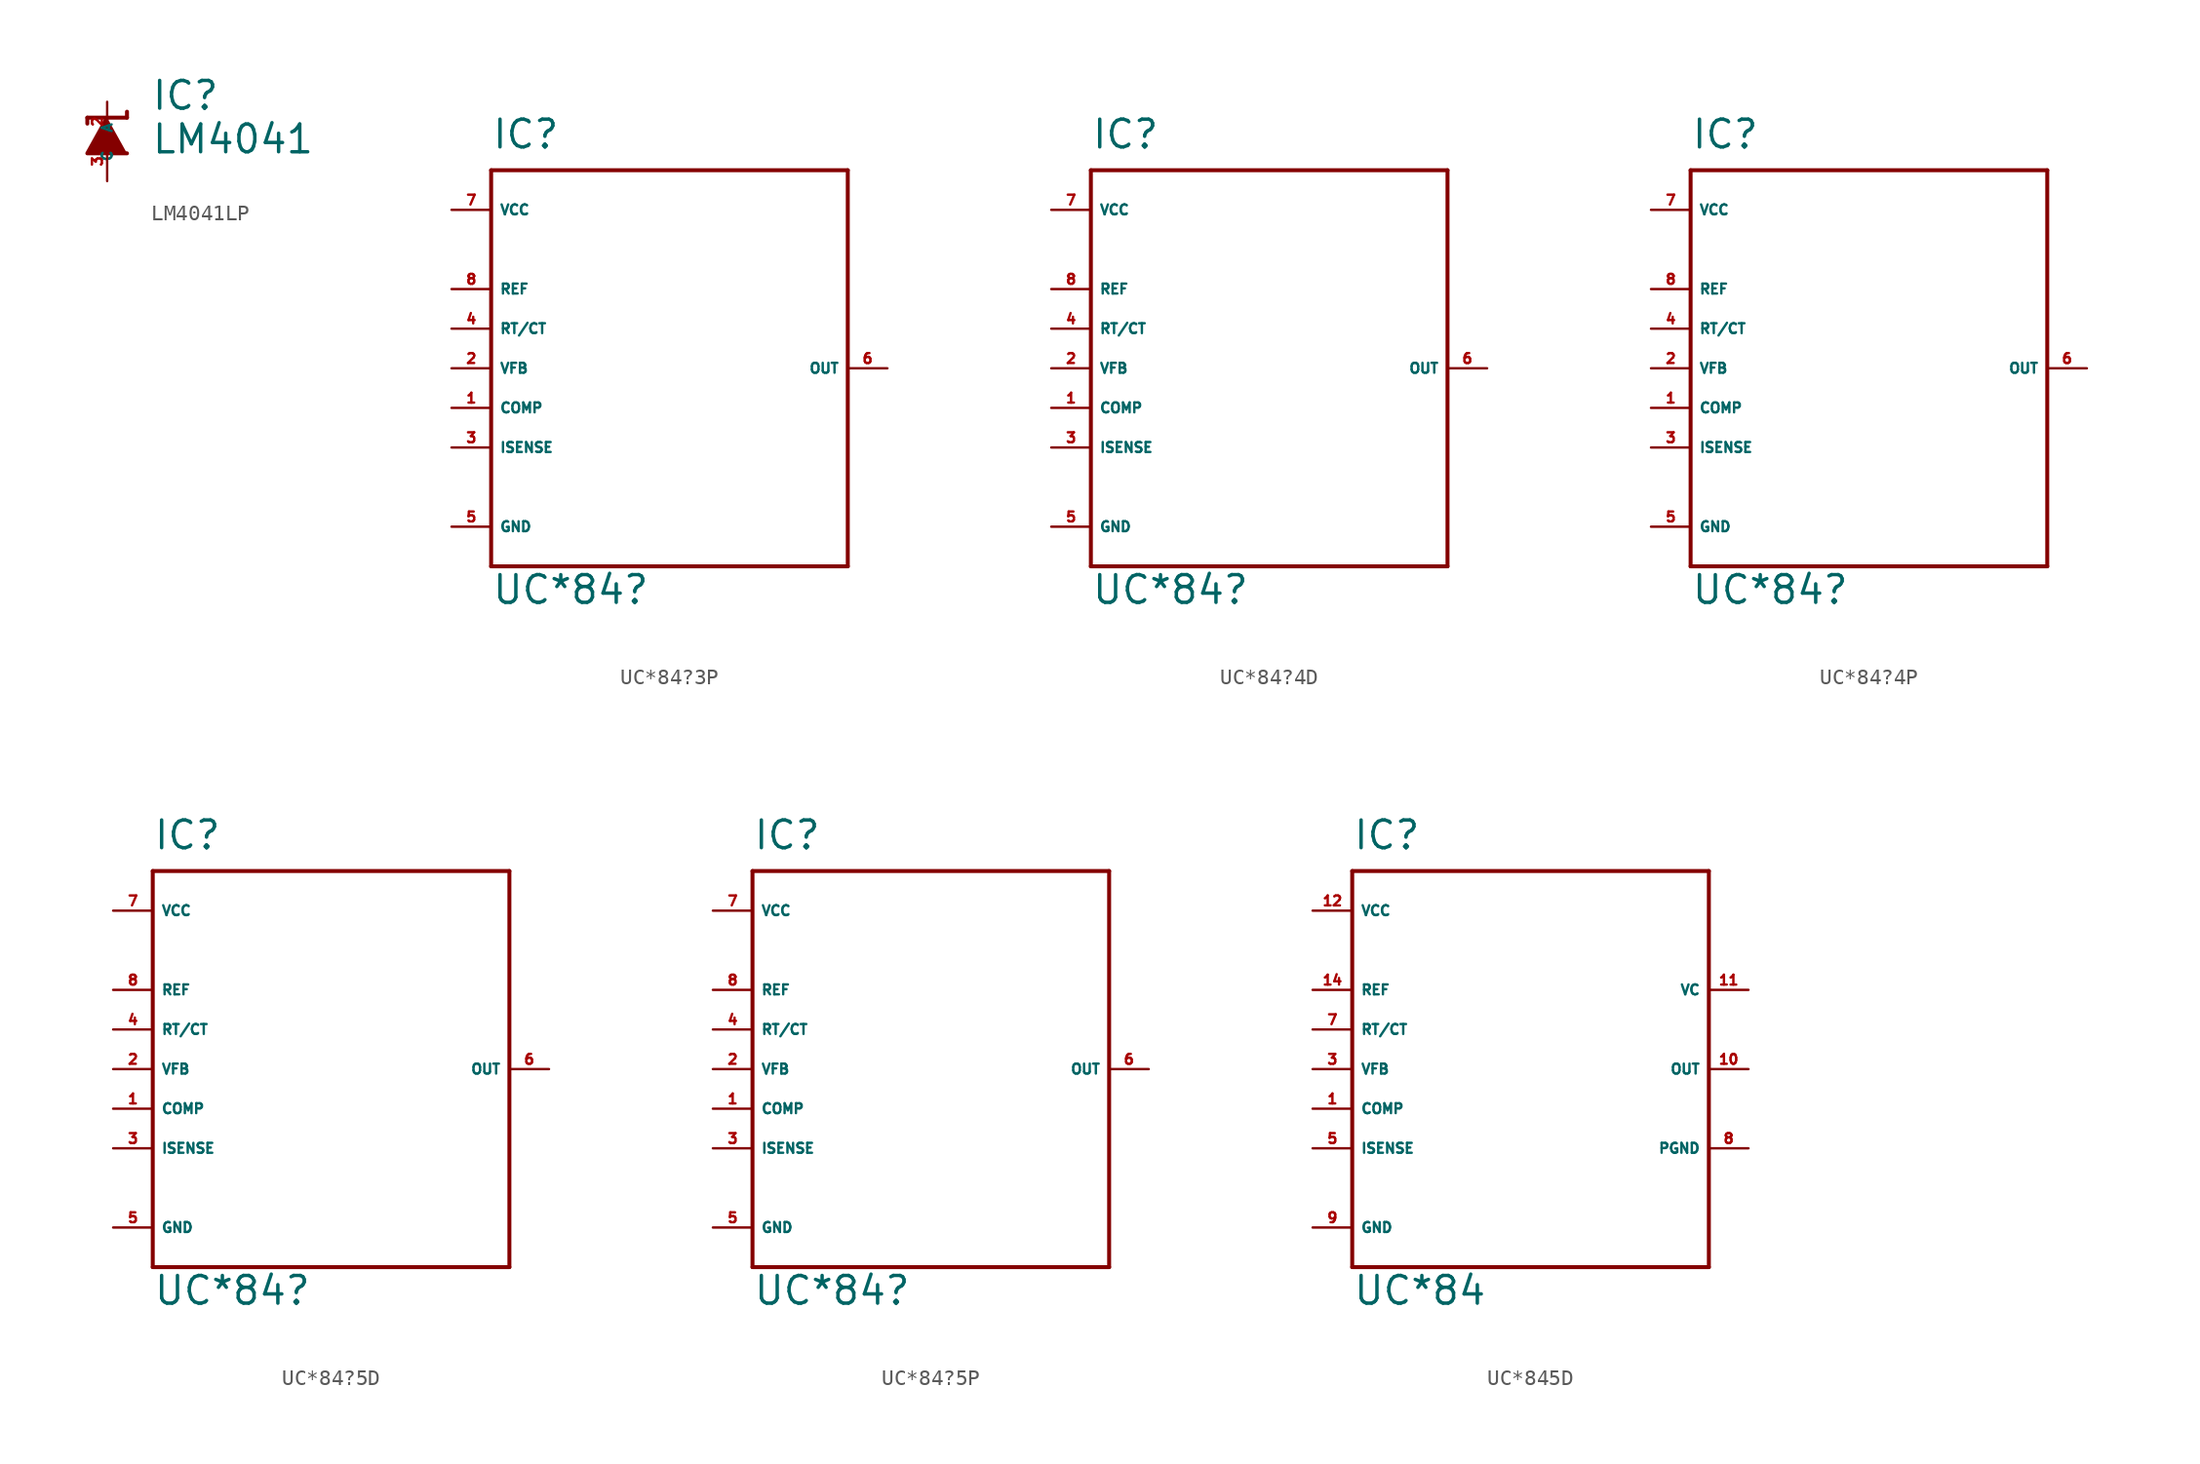
<source format=kicad_sym>
(kicad_symbol_lib
  (version 20220914)
  (generator Eagle2Kicad)
  (symbol "LM4041LP"
    (property "Reference" "IC"
      (at 2.794 1.905 0)
      (effects (font (size 1.778 1.778) (thickness 0.22)) (justify left bottom)))
    (property "Value" "LM4041"
      (at 2.794 -0.889 0)
      (effects (font (size 1.778 1.778) (thickness 0.22)) (justify left bottom)))
    (polyline
      (pts (xy 0 1.524) (xy -1.27 -0.762) (xy 1.27 -0.762))
      (stroke (width 0.254) (type default))
      (fill (type outline)))
    (polyline
      (pts (xy 1.27 1.905) (xy 1.27 1.524))
      (stroke (width 0.254) (type default))
      (fill (type none)))
    (polyline
      (pts (xy 1.27 1.524) (xy 0 1.524))
      (stroke (width 0.254) (type default))
      (fill (type none)))
    (polyline
      (pts (xy 0 1.524) (xy -1.27 1.524))
      (stroke (width 0.254) (type default))
      (fill (type none)))
    (polyline
      (pts (xy -1.27 1.524) (xy -1.27 1.143))
      (stroke (width 0.254) (type default))
      (fill (type none)))
    (pin passive line
      (at 0 -2.54 90)
      (length 2.54)
      (name "A" (effects (font (size 0.635 0.635) (thickness 0.08)) (justify left bottom)))
      (number "3" (effects (font (size 0.635 0.635) (thickness 0.08)) (justify left bottom))))
    (pin passive line
      (at 0 2.54 270)
      (length 2.54)
      (name "C" (effects (font (size 0.635 0.635) (thickness 0.08)) (justify left bottom)))
      (number "2" (effects (font (size 0.635 0.635) (thickness 0.08)) (justify left bottom)))))
  (symbol "UC*84?3P"
    (property "Reference" "IC"
      (at -10.16 13.97 0)
      (effects (font (size 1.778 1.778) (thickness 0.22)) (justify left bottom)))
    (property "Value" "UC*84?"
      (at -10.16 -15.24 0)
      (effects (font (size 1.778 1.778) (thickness 0.22)) (justify left bottom)))
    (polyline
      (pts (xy -10.16 12.7) (xy 12.7 12.7))
      (stroke (width 0.254) (type default))
      (fill (type none)))
    (polyline
      (pts (xy 12.7 12.7) (xy 12.7 -12.7))
      (stroke (width 0.254) (type default))
      (fill (type none)))
    (polyline
      (pts (xy 12.7 -12.7) (xy -10.16 -12.7))
      (stroke (width 0.254) (type default))
      (fill (type none)))
    (polyline
      (pts (xy -10.16 -12.7) (xy -10.16 12.7))
      (stroke (width 0.254) (type default))
      (fill (type none)))
    (pin input line
      (at -12.7 2.54 0)
      (length 2.54)
      (name "RT/CT" (effects (font (size 0.635 0.635) (thickness 0.08)) (justify left bottom)))
      (number "4" (effects (font (size 0.635 0.635) (thickness 0.08)) (justify left bottom))))
    (pin input line
      (at -12.7 0 0)
      (length 2.54)
      (name "VFB" (effects (font (size 0.635 0.635) (thickness 0.08)) (justify left bottom)))
      (number "2" (effects (font (size 0.635 0.635) (thickness 0.08)) (justify left bottom))))
    (pin passive line
      (at -12.7 -2.54 0)
      (length 2.54)
      (name "COMP" (effects (font (size 0.635 0.635) (thickness 0.08)) (justify left bottom)))
      (number "1" (effects (font (size 0.635 0.635) (thickness 0.08)) (justify left bottom))))
    (pin input line
      (at -12.7 -5.08 0)
      (length 2.54)
      (name "ISENSE" (effects (font (size 0.635 0.635) (thickness 0.08)) (justify left bottom)))
      (number "3" (effects (font (size 0.635 0.635) (thickness 0.08)) (justify left bottom))))
    (pin output line
      (at -12.7 5.08 0)
      (length 2.54)
      (name "REF" (effects (font (size 0.635 0.635) (thickness 0.08)) (justify left bottom)))
      (number "8" (effects (font (size 0.635 0.635) (thickness 0.08)) (justify left bottom))))
    (pin output line
      (at 15.24 0 180)
      (length 2.54)
      (name "OUT" (effects (font (size 0.635 0.635) (thickness 0.08)) (justify left bottom)))
      (number "6" (effects (font (size 0.635 0.635) (thickness 0.08)) (justify left bottom))))
    (pin unspecified line
      (at -12.7 -10.16 0)
      (length 2.54)
      (name "GND" (effects (font (size 0.635 0.635) (thickness 0.08)) (justify left bottom)))
      (number "5" (effects (font (size 0.635 0.635) (thickness 0.08)) (justify left bottom))))
    (pin unspecified line
      (at -12.7 10.16 0)
      (length 2.54)
      (name "VCC" (effects (font (size 0.635 0.635) (thickness 0.08)) (justify left bottom)))
      (number "7" (effects (font (size 0.635 0.635) (thickness 0.08)) (justify left bottom)))))
  (symbol "UC*84?4D"
    (property "Reference" "IC"
      (at -10.16 13.97 0)
      (effects (font (size 1.778 1.778) (thickness 0.22)) (justify left bottom)))
    (property "Value" "UC*84?"
      (at -10.16 -15.24 0)
      (effects (font (size 1.778 1.778) (thickness 0.22)) (justify left bottom)))
    (polyline
      (pts (xy -10.16 12.7) (xy 12.7 12.7))
      (stroke (width 0.254) (type default))
      (fill (type none)))
    (polyline
      (pts (xy 12.7 12.7) (xy 12.7 -12.7))
      (stroke (width 0.254) (type default))
      (fill (type none)))
    (polyline
      (pts (xy 12.7 -12.7) (xy -10.16 -12.7))
      (stroke (width 0.254) (type default))
      (fill (type none)))
    (polyline
      (pts (xy -10.16 -12.7) (xy -10.16 12.7))
      (stroke (width 0.254) (type default))
      (fill (type none)))
    (pin input line
      (at -12.7 2.54 0)
      (length 2.54)
      (name "RT/CT" (effects (font (size 0.635 0.635) (thickness 0.08)) (justify left bottom)))
      (number "4" (effects (font (size 0.635 0.635) (thickness 0.08)) (justify left bottom))))
    (pin input line
      (at -12.7 0 0)
      (length 2.54)
      (name "VFB" (effects (font (size 0.635 0.635) (thickness 0.08)) (justify left bottom)))
      (number "2" (effects (font (size 0.635 0.635) (thickness 0.08)) (justify left bottom))))
    (pin passive line
      (at -12.7 -2.54 0)
      (length 2.54)
      (name "COMP" (effects (font (size 0.635 0.635) (thickness 0.08)) (justify left bottom)))
      (number "1" (effects (font (size 0.635 0.635) (thickness 0.08)) (justify left bottom))))
    (pin input line
      (at -12.7 -5.08 0)
      (length 2.54)
      (name "ISENSE" (effects (font (size 0.635 0.635) (thickness 0.08)) (justify left bottom)))
      (number "3" (effects (font (size 0.635 0.635) (thickness 0.08)) (justify left bottom))))
    (pin output line
      (at -12.7 5.08 0)
      (length 2.54)
      (name "REF" (effects (font (size 0.635 0.635) (thickness 0.08)) (justify left bottom)))
      (number "8" (effects (font (size 0.635 0.635) (thickness 0.08)) (justify left bottom))))
    (pin output line
      (at 15.24 0 180)
      (length 2.54)
      (name "OUT" (effects (font (size 0.635 0.635) (thickness 0.08)) (justify left bottom)))
      (number "6" (effects (font (size 0.635 0.635) (thickness 0.08)) (justify left bottom))))
    (pin unspecified line
      (at -12.7 -10.16 0)
      (length 2.54)
      (name "GND" (effects (font (size 0.635 0.635) (thickness 0.08)) (justify left bottom)))
      (number "5" (effects (font (size 0.635 0.635) (thickness 0.08)) (justify left bottom))))
    (pin unspecified line
      (at -12.7 10.16 0)
      (length 2.54)
      (name "VCC" (effects (font (size 0.635 0.635) (thickness 0.08)) (justify left bottom)))
      (number "7" (effects (font (size 0.635 0.635) (thickness 0.08)) (justify left bottom)))))
  (symbol "UC*84?4P"
    (property "Reference" "IC"
      (at -10.16 13.97 0)
      (effects (font (size 1.778 1.778) (thickness 0.22)) (justify left bottom)))
    (property "Value" "UC*84?"
      (at -10.16 -15.24 0)
      (effects (font (size 1.778 1.778) (thickness 0.22)) (justify left bottom)))
    (polyline
      (pts (xy -10.16 12.7) (xy 12.7 12.7))
      (stroke (width 0.254) (type default))
      (fill (type none)))
    (polyline
      (pts (xy 12.7 12.7) (xy 12.7 -12.7))
      (stroke (width 0.254) (type default))
      (fill (type none)))
    (polyline
      (pts (xy 12.7 -12.7) (xy -10.16 -12.7))
      (stroke (width 0.254) (type default))
      (fill (type none)))
    (polyline
      (pts (xy -10.16 -12.7) (xy -10.16 12.7))
      (stroke (width 0.254) (type default))
      (fill (type none)))
    (pin input line
      (at -12.7 2.54 0)
      (length 2.54)
      (name "RT/CT" (effects (font (size 0.635 0.635) (thickness 0.08)) (justify left bottom)))
      (number "4" (effects (font (size 0.635 0.635) (thickness 0.08)) (justify left bottom))))
    (pin input line
      (at -12.7 0 0)
      (length 2.54)
      (name "VFB" (effects (font (size 0.635 0.635) (thickness 0.08)) (justify left bottom)))
      (number "2" (effects (font (size 0.635 0.635) (thickness 0.08)) (justify left bottom))))
    (pin passive line
      (at -12.7 -2.54 0)
      (length 2.54)
      (name "COMP" (effects (font (size 0.635 0.635) (thickness 0.08)) (justify left bottom)))
      (number "1" (effects (font (size 0.635 0.635) (thickness 0.08)) (justify left bottom))))
    (pin input line
      (at -12.7 -5.08 0)
      (length 2.54)
      (name "ISENSE" (effects (font (size 0.635 0.635) (thickness 0.08)) (justify left bottom)))
      (number "3" (effects (font (size 0.635 0.635) (thickness 0.08)) (justify left bottom))))
    (pin output line
      (at -12.7 5.08 0)
      (length 2.54)
      (name "REF" (effects (font (size 0.635 0.635) (thickness 0.08)) (justify left bottom)))
      (number "8" (effects (font (size 0.635 0.635) (thickness 0.08)) (justify left bottom))))
    (pin output line
      (at 15.24 0 180)
      (length 2.54)
      (name "OUT" (effects (font (size 0.635 0.635) (thickness 0.08)) (justify left bottom)))
      (number "6" (effects (font (size 0.635 0.635) (thickness 0.08)) (justify left bottom))))
    (pin unspecified line
      (at -12.7 -10.16 0)
      (length 2.54)
      (name "GND" (effects (font (size 0.635 0.635) (thickness 0.08)) (justify left bottom)))
      (number "5" (effects (font (size 0.635 0.635) (thickness 0.08)) (justify left bottom))))
    (pin unspecified line
      (at -12.7 10.16 0)
      (length 2.54)
      (name "VCC" (effects (font (size 0.635 0.635) (thickness 0.08)) (justify left bottom)))
      (number "7" (effects (font (size 0.635 0.635) (thickness 0.08)) (justify left bottom)))))
  (symbol "UC*84?5D"
    (property "Reference" "IC"
      (at -10.16 13.97 0)
      (effects (font (size 1.778 1.778) (thickness 0.22)) (justify left bottom)))
    (property "Value" "UC*84?"
      (at -10.16 -15.24 0)
      (effects (font (size 1.778 1.778) (thickness 0.22)) (justify left bottom)))
    (polyline
      (pts (xy -10.16 12.7) (xy 12.7 12.7))
      (stroke (width 0.254) (type default))
      (fill (type none)))
    (polyline
      (pts (xy 12.7 12.7) (xy 12.7 -12.7))
      (stroke (width 0.254) (type default))
      (fill (type none)))
    (polyline
      (pts (xy 12.7 -12.7) (xy -10.16 -12.7))
      (stroke (width 0.254) (type default))
      (fill (type none)))
    (polyline
      (pts (xy -10.16 -12.7) (xy -10.16 12.7))
      (stroke (width 0.254) (type default))
      (fill (type none)))
    (pin input line
      (at -12.7 2.54 0)
      (length 2.54)
      (name "RT/CT" (effects (font (size 0.635 0.635) (thickness 0.08)) (justify left bottom)))
      (number "4" (effects (font (size 0.635 0.635) (thickness 0.08)) (justify left bottom))))
    (pin input line
      (at -12.7 0 0)
      (length 2.54)
      (name "VFB" (effects (font (size 0.635 0.635) (thickness 0.08)) (justify left bottom)))
      (number "2" (effects (font (size 0.635 0.635) (thickness 0.08)) (justify left bottom))))
    (pin passive line
      (at -12.7 -2.54 0)
      (length 2.54)
      (name "COMP" (effects (font (size 0.635 0.635) (thickness 0.08)) (justify left bottom)))
      (number "1" (effects (font (size 0.635 0.635) (thickness 0.08)) (justify left bottom))))
    (pin input line
      (at -12.7 -5.08 0)
      (length 2.54)
      (name "ISENSE" (effects (font (size 0.635 0.635) (thickness 0.08)) (justify left bottom)))
      (number "3" (effects (font (size 0.635 0.635) (thickness 0.08)) (justify left bottom))))
    (pin output line
      (at -12.7 5.08 0)
      (length 2.54)
      (name "REF" (effects (font (size 0.635 0.635) (thickness 0.08)) (justify left bottom)))
      (number "8" (effects (font (size 0.635 0.635) (thickness 0.08)) (justify left bottom))))
    (pin output line
      (at 15.24 0 180)
      (length 2.54)
      (name "OUT" (effects (font (size 0.635 0.635) (thickness 0.08)) (justify left bottom)))
      (number "6" (effects (font (size 0.635 0.635) (thickness 0.08)) (justify left bottom))))
    (pin unspecified line
      (at -12.7 -10.16 0)
      (length 2.54)
      (name "GND" (effects (font (size 0.635 0.635) (thickness 0.08)) (justify left bottom)))
      (number "5" (effects (font (size 0.635 0.635) (thickness 0.08)) (justify left bottom))))
    (pin unspecified line
      (at -12.7 10.16 0)
      (length 2.54)
      (name "VCC" (effects (font (size 0.635 0.635) (thickness 0.08)) (justify left bottom)))
      (number "7" (effects (font (size 0.635 0.635) (thickness 0.08)) (justify left bottom)))))
  (symbol "UC*84?5P"
    (property "Reference" "IC"
      (at -10.16 13.97 0)
      (effects (font (size 1.778 1.778) (thickness 0.22)) (justify left bottom)))
    (property "Value" "UC*84?"
      (at -10.16 -15.24 0)
      (effects (font (size 1.778 1.778) (thickness 0.22)) (justify left bottom)))
    (polyline
      (pts (xy -10.16 12.7) (xy 12.7 12.7))
      (stroke (width 0.254) (type default))
      (fill (type none)))
    (polyline
      (pts (xy 12.7 12.7) (xy 12.7 -12.7))
      (stroke (width 0.254) (type default))
      (fill (type none)))
    (polyline
      (pts (xy 12.7 -12.7) (xy -10.16 -12.7))
      (stroke (width 0.254) (type default))
      (fill (type none)))
    (polyline
      (pts (xy -10.16 -12.7) (xy -10.16 12.7))
      (stroke (width 0.254) (type default))
      (fill (type none)))
    (pin input line
      (at -12.7 2.54 0)
      (length 2.54)
      (name "RT/CT" (effects (font (size 0.635 0.635) (thickness 0.08)) (justify left bottom)))
      (number "4" (effects (font (size 0.635 0.635) (thickness 0.08)) (justify left bottom))))
    (pin input line
      (at -12.7 0 0)
      (length 2.54)
      (name "VFB" (effects (font (size 0.635 0.635) (thickness 0.08)) (justify left bottom)))
      (number "2" (effects (font (size 0.635 0.635) (thickness 0.08)) (justify left bottom))))
    (pin passive line
      (at -12.7 -2.54 0)
      (length 2.54)
      (name "COMP" (effects (font (size 0.635 0.635) (thickness 0.08)) (justify left bottom)))
      (number "1" (effects (font (size 0.635 0.635) (thickness 0.08)) (justify left bottom))))
    (pin input line
      (at -12.7 -5.08 0)
      (length 2.54)
      (name "ISENSE" (effects (font (size 0.635 0.635) (thickness 0.08)) (justify left bottom)))
      (number "3" (effects (font (size 0.635 0.635) (thickness 0.08)) (justify left bottom))))
    (pin output line
      (at -12.7 5.08 0)
      (length 2.54)
      (name "REF" (effects (font (size 0.635 0.635) (thickness 0.08)) (justify left bottom)))
      (number "8" (effects (font (size 0.635 0.635) (thickness 0.08)) (justify left bottom))))
    (pin output line
      (at 15.24 0 180)
      (length 2.54)
      (name "OUT" (effects (font (size 0.635 0.635) (thickness 0.08)) (justify left bottom)))
      (number "6" (effects (font (size 0.635 0.635) (thickness 0.08)) (justify left bottom))))
    (pin unspecified line
      (at -12.7 -10.16 0)
      (length 2.54)
      (name "GND" (effects (font (size 0.635 0.635) (thickness 0.08)) (justify left bottom)))
      (number "5" (effects (font (size 0.635 0.635) (thickness 0.08)) (justify left bottom))))
    (pin unspecified line
      (at -12.7 10.16 0)
      (length 2.54)
      (name "VCC" (effects (font (size 0.635 0.635) (thickness 0.08)) (justify left bottom)))
      (number "7" (effects (font (size 0.635 0.635) (thickness 0.08)) (justify left bottom)))))
  (symbol "UC*845D"
    (property "Reference" "IC"
      (at -10.16 13.97 0)
      (effects (font (size 1.778 1.778) (thickness 0.22)) (justify left bottom)))
    (property "Value" "UC*84"
      (at -10.16 -15.24 0)
      (effects (font (size 1.778 1.778) (thickness 0.22)) (justify left bottom)))
    (polyline
      (pts (xy -10.16 12.7) (xy 12.7 12.7))
      (stroke (width 0.254) (type default))
      (fill (type none)))
    (polyline
      (pts (xy 12.7 12.7) (xy 12.7 -12.7))
      (stroke (width 0.254) (type default))
      (fill (type none)))
    (polyline
      (pts (xy 12.7 -12.7) (xy -10.16 -12.7))
      (stroke (width 0.254) (type default))
      (fill (type none)))
    (polyline
      (pts (xy -10.16 -12.7) (xy -10.16 12.7))
      (stroke (width 0.254) (type default))
      (fill (type none)))
    (pin input line
      (at -12.7 2.54 0)
      (length 2.54)
      (name "RT/CT" (effects (font (size 0.635 0.635) (thickness 0.08)) (justify left bottom)))
      (number "7" (effects (font (size 0.635 0.635) (thickness 0.08)) (justify left bottom))))
    (pin input line
      (at -12.7 0 0)
      (length 2.54)
      (name "VFB" (effects (font (size 0.635 0.635) (thickness 0.08)) (justify left bottom)))
      (number "3" (effects (font (size 0.635 0.635) (thickness 0.08)) (justify left bottom))))
    (pin passive line
      (at -12.7 -2.54 0)
      (length 2.54)
      (name "COMP" (effects (font (size 0.635 0.635) (thickness 0.08)) (justify left bottom)))
      (number "1" (effects (font (size 0.635 0.635) (thickness 0.08)) (justify left bottom))))
    (pin input line
      (at -12.7 -5.08 0)
      (length 2.54)
      (name "ISENSE" (effects (font (size 0.635 0.635) (thickness 0.08)) (justify left bottom)))
      (number "5" (effects (font (size 0.635 0.635) (thickness 0.08)) (justify left bottom))))
    (pin output line
      (at -12.7 5.08 0)
      (length 2.54)
      (name "REF" (effects (font (size 0.635 0.635) (thickness 0.08)) (justify left bottom)))
      (number "14" (effects (font (size 0.635 0.635) (thickness 0.08)) (justify left bottom))))
    (pin passive line
      (at 15.24 5.08 180)
      (length 2.54)
      (name "VC" (effects (font (size 0.635 0.635) (thickness 0.08)) (justify left bottom)))
      (number "11" (effects (font (size 0.635 0.635) (thickness 0.08)) (justify left bottom))))
    (pin output line
      (at 15.24 0 180)
      (length 2.54)
      (name "OUT" (effects (font (size 0.635 0.635) (thickness 0.08)) (justify left bottom)))
      (number "10" (effects (font (size 0.635 0.635) (thickness 0.08)) (justify left bottom))))
    (pin passive line
      (at 15.24 -5.08 180)
      (length 2.54)
      (name "PGND" (effects (font (size 0.635 0.635) (thickness 0.08)) (justify left bottom)))
      (number "8" (effects (font (size 0.635 0.635) (thickness 0.08)) (justify left bottom))))
    (pin unspecified line
      (at -12.7 -10.16 0)
      (length 2.54)
      (name "GND" (effects (font (size 0.635 0.635) (thickness 0.08)) (justify left bottom)))
      (number "9" (effects (font (size 0.635 0.635) (thickness 0.08)) (justify left bottom))))
    (pin unspecified line
      (at -12.7 10.16 0)
      (length 2.54)
      (name "VCC" (effects (font (size 0.635 0.635) (thickness 0.08)) (justify left bottom)))
      (number "12" (effects (font (size 0.635 0.635) (thickness 0.08)) (justify left bottom))))))
</source>
